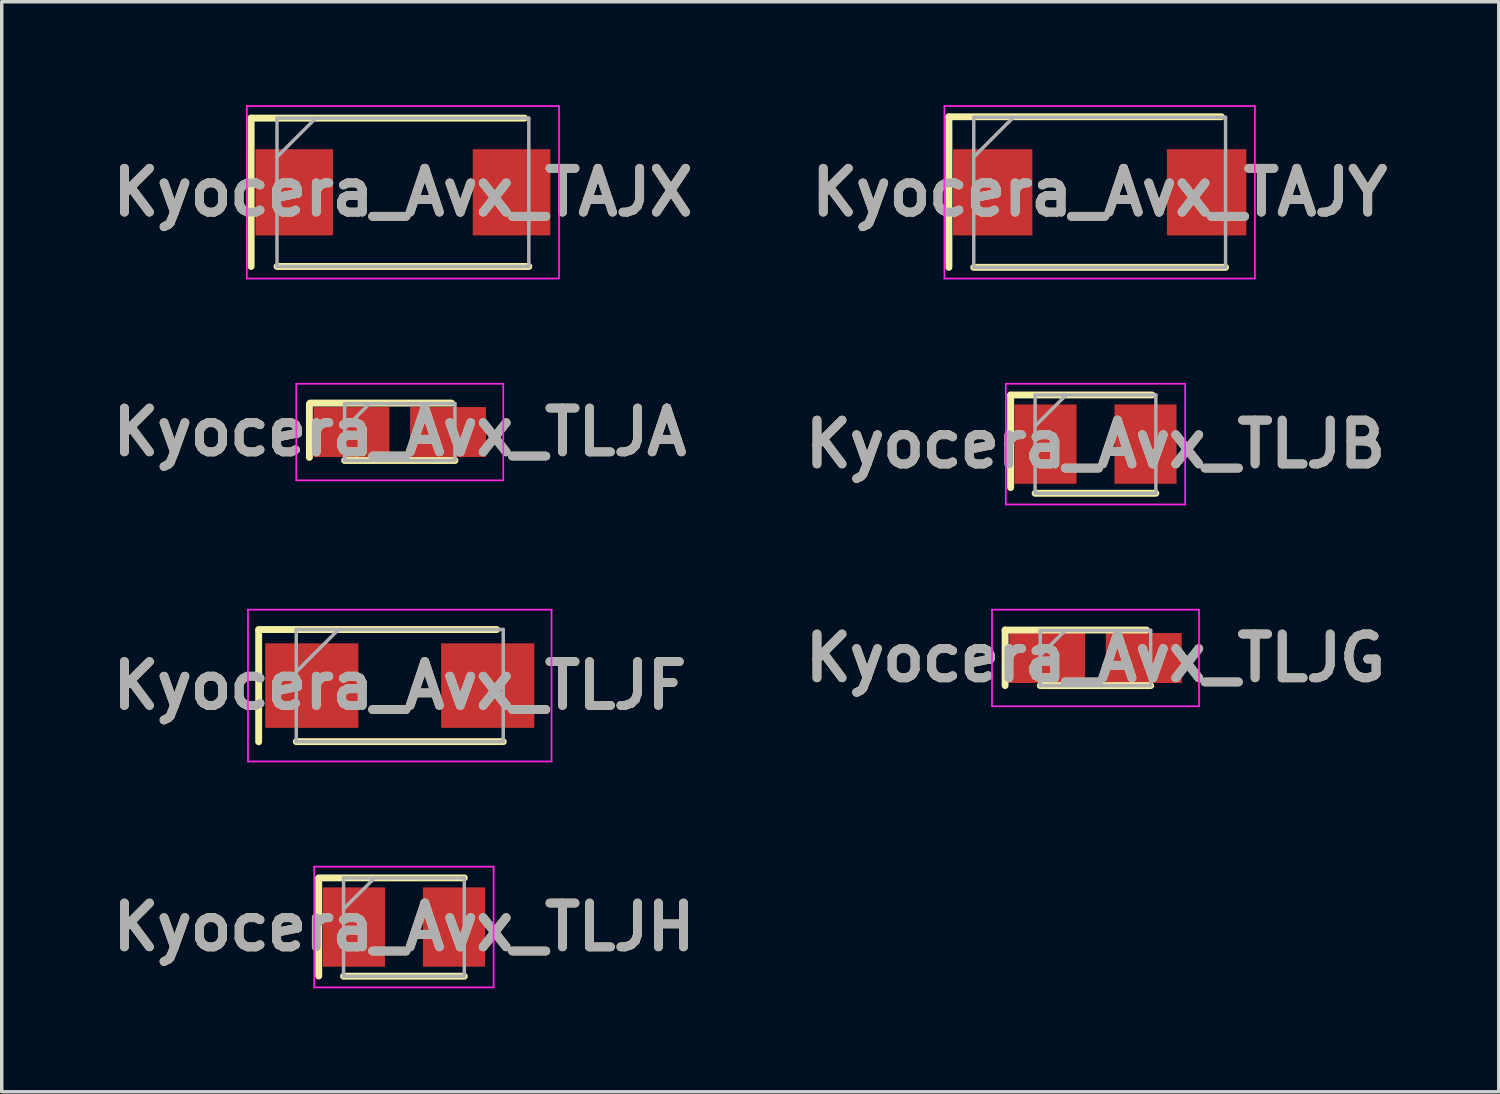
<source format=kicad_pcb>
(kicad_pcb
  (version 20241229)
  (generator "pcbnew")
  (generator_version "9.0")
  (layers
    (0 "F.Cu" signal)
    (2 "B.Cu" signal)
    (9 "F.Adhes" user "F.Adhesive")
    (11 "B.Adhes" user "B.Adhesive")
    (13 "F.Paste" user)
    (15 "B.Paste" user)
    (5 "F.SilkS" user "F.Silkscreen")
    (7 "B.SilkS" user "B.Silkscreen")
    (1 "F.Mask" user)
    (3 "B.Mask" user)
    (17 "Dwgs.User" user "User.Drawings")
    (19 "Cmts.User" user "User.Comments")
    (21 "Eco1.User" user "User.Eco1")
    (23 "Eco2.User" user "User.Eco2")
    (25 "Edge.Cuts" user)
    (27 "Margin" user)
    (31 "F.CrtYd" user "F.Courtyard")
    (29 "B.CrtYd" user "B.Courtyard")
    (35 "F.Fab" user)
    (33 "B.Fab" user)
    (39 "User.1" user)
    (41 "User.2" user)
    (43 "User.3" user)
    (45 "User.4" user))
  (footprint "Kyocera_Avx_TLJA"
    (layer "F.Cu")
    (at 8.539 9.475)
    (property "Reference" "Kyocera_Avx_TLJA" (at 0 0 0) (layer "F.SilkS") (effects (font (size 1.27 1.27) (thickness 0.254))))
    (attr smd)
    (fp_line (start -2.62 -0.815) (end -2.62 0.735) (stroke (width 0.2) (type solid)) (layer "F.SilkS"))
    (fp_line (start -1.6 0.825) (end 1.6 0.825) (stroke (width 0.2) (type solid)) (layer "F.SilkS"))
    (fp_line (start 1.5 -0.84) (end -2.6 -0.84) (stroke (width 0.2) (type solid)) (layer "F.SilkS"))
    (fp_line (start -3 -1.4) (end 3 -1.4) (stroke (width 0.05) (type solid)) (layer "F.CrtYd"))
    (fp_line (start -3 1.4) (end -3 -1.4) (stroke (width 0.05) (type solid)) (layer "F.CrtYd"))
    (fp_line (start 3 -1.4) (end 3 1.4) (stroke (width 0.05) (type solid)) (layer "F.CrtYd"))
    (fp_line (start 3 1.4) (end -3 1.4) (stroke (width 0.05) (type solid)) (layer "F.CrtYd"))
    (fp_line (start -1.6 -0.825) (end 1.6 -0.825) (stroke (width 0.1) (type solid)) (layer "F.Fab"))
    (fp_line (start -1.6 -0.1) (end -0.875 -0.825) (stroke (width 0.1) (type solid)) (layer "F.Fab"))
    (fp_line (start -1.6 0.825) (end -1.6 -0.825) (stroke (width 0.1) (type solid)) (layer "F.Fab"))
    (fp_line (start 1.6 -0.825) (end 1.6 0.825) (stroke (width 0.1) (type solid)) (layer "F.Fab"))
    (fp_line (start 1.6 0.825) (end -1.6 0.825) (stroke (width 0.1) (type solid)) (layer "F.Fab"))
    (fp_text user "${REFERENCE}" (at 0 0 0) (layer "F.Fab") (effects (font (size 1.27 1.27) (thickness 0.254))))
    (pad "1" smd rect (at -1.4 0 90) (size 1.45 2.2) (layers "F.Cu" "F.Mask" "F.Paste"))
    (pad "2" smd rect (at 1.4 0 90) (size 1.45 2.2) (layers "F.Cu" "F.Mask" "F.Paste")))
  (footprint "Kyocera_Avx_TLJF"
    (layer "F.Cu")
    (at 8.539 16.825)
    (property "Reference" "Kyocera_Avx_TLJF" (at 0 0 0) (layer "F.SilkS") (effects (font (size 1.27 1.27) (thickness 0.254))))
    (attr smd)
    (fp_line (start -4.09 1.63) (end -4.09 -1.6) (stroke (width 0.2) (type solid)) (layer "F.SilkS"))
    (fp_line (start -3 1.625) (end 3 1.625) (stroke (width 0.2) (type solid)) (layer "F.SilkS"))
    (fp_line (start 2.81 -1.625) (end -4.09 -1.625) (stroke (width 0.2) (type solid)) (layer "F.SilkS"))
    (fp_line (start -4.4 -2.2) (end 4.4 -2.2) (stroke (width 0.05) (type solid)) (layer "F.CrtYd"))
    (fp_line (start -4.4 2.2) (end -4.4 -2.2) (stroke (width 0.05) (type solid)) (layer "F.CrtYd"))
    (fp_line (start 4.4 -2.2) (end 4.4 2.2) (stroke (width 0.05) (type solid)) (layer "F.CrtYd"))
    (fp_line (start 4.4 2.2) (end -4.4 2.2) (stroke (width 0.05) (type solid)) (layer "F.CrtYd"))
    (fp_line (start -3 -1.625) (end 3 -1.625) (stroke (width 0.1) (type solid)) (layer "F.Fab"))
    (fp_line (start -3 -0.4) (end -1.775 -1.625) (stroke (width 0.1) (type solid)) (layer "F.Fab"))
    (fp_line (start -3 1.625) (end -3 -1.625) (stroke (width 0.1) (type solid)) (layer "F.Fab"))
    (fp_line (start 3 -1.625) (end 3 1.625) (stroke (width 0.1) (type solid)) (layer "F.Fab"))
    (fp_line (start 3 1.625) (end -3 1.625) (stroke (width 0.1) (type solid)) (layer "F.Fab"))
    (fp_text user "${REFERENCE}" (at 0 0 0) (layer "F.Fab") (effects (font (size 1.27 1.27) (thickness 0.254))))
    (pad "1" smd rect (at -2.55 0 90) (size 2.45 2.7) (layers "F.Cu" "F.Mask" "F.Paste"))
    (pad "2" smd rect (at 2.55 0 90) (size 2.45 2.7) (layers "F.Cu" "F.Mask" "F.Paste")))
  (footprint "Kyocera_Avx_TAJY"
    (layer "F.Cu")
    (at 28.829 2.525)
    (property "Reference" "Kyocera_Avx_TAJY" (at 0 0 0) (layer "F.SilkS") (effects (font (size 1.27 1.27) (thickness 0.254))))
    (attr smd)
    (fp_line (start -4.37 2.175) (end -4.37 -2.19) (stroke (width 0.2) (type solid)) (layer "F.SilkS"))
    (fp_line (start -3.65 2.175) (end 3.65 2.175) (stroke (width 0.2) (type solid)) (layer "F.SilkS"))
    (fp_line (start 3.53 -2.19) (end -4.37 -2.19) (stroke (width 0.2) (type solid)) (layer "F.SilkS"))
    (fp_line (start -4.5 -2.5) (end 4.5 -2.5) (stroke (width 0.05) (type solid)) (layer "F.CrtYd"))
    (fp_line (start -4.5 2.5) (end -4.5 -2.5) (stroke (width 0.05) (type solid)) (layer "F.CrtYd"))
    (fp_line (start 4.5 -2.5) (end 4.5 2.5) (stroke (width 0.05) (type solid)) (layer "F.CrtYd"))
    (fp_line (start 4.5 2.5) (end -4.5 2.5) (stroke (width 0.05) (type solid)) (layer "F.CrtYd"))
    (fp_line (start -3.65 -2.175) (end 3.65 -2.175) (stroke (width 0.1) (type solid)) (layer "F.Fab"))
    (fp_line (start -3.65 -1.025) (end -2.5 -2.175) (stroke (width 0.1) (type solid)) (layer "F.Fab"))
    (fp_line (start -3.65 2.175) (end -3.65 -2.175) (stroke (width 0.1) (type solid)) (layer "F.Fab"))
    (fp_line (start 3.65 -2.175) (end 3.65 2.175) (stroke (width 0.1) (type solid)) (layer "F.Fab"))
    (fp_line (start 3.65 2.175) (end -3.65 2.175) (stroke (width 0.1) (type solid)) (layer "F.Fab"))
    (fp_text user "${REFERENCE}" (at 0 0 0) (layer "F.Fab") (effects (font (size 1.27 1.27) (thickness 0.254))))
    (pad "1" smd rect (at -3.1 0) (size 2.3 2.5) (layers "F.Cu" "F.Mask" "F.Paste"))
    (pad "2" smd rect (at 3.1 0) (size 2.3 2.5) (layers "F.Cu" "F.Mask" "F.Paste")))
  (footprint "Kyocera_Avx_TLJB"
    (layer "F.Cu")
    (at 28.708 9.825)
    (property "Reference" "Kyocera_Avx_TLJB" (at 0 0 0) (layer "F.SilkS") (effects (font (size 1.27 1.27) (thickness 0.254))))
    (attr smd)
    (fp_line (start -2.46 1.26) (end -2.46 -1.42) (stroke (width 0.2) (type solid)) (layer "F.SilkS"))
    (fp_line (start -1.75 1.425) (end 1.75 1.425) (stroke (width 0.2) (type solid)) (layer "F.SilkS"))
    (fp_line (start 1.64 -1.425) (end -2.46 -1.425) (stroke (width 0.2) (type solid)) (layer "F.SilkS"))
    (fp_line (start -2.6 -1.75) (end 2.6 -1.75) (stroke (width 0.05) (type solid)) (layer "F.CrtYd"))
    (fp_line (start -2.6 1.75) (end -2.6 -1.75) (stroke (width 0.05) (type solid)) (layer "F.CrtYd"))
    (fp_line (start 2.6 -1.75) (end 2.6 1.75) (stroke (width 0.05) (type solid)) (layer "F.CrtYd"))
    (fp_line (start 2.6 1.75) (end -2.6 1.75) (stroke (width 0.05) (type solid)) (layer "F.CrtYd"))
    (fp_line (start -1.75 -1.425) (end 1.75 -1.425) (stroke (width 0.1) (type solid)) (layer "F.Fab"))
    (fp_line (start -1.75 -0.525) (end -0.85 -1.425) (stroke (width 0.1) (type solid)) (layer "F.Fab"))
    (fp_line (start -1.75 1.425) (end -1.75 -1.425) (stroke (width 0.1) (type solid)) (layer "F.Fab"))
    (fp_line (start 1.75 -1.425) (end 1.75 1.425) (stroke (width 0.1) (type solid)) (layer "F.Fab"))
    (fp_line (start 1.75 1.425) (end -1.75 1.425) (stroke (width 0.1) (type solid)) (layer "F.Fab"))
    (fp_text user "${REFERENCE}" (at 0 0 0) (layer "F.Fab") (effects (font (size 1.27 1.27) (thickness 0.254))))
    (pad "1" smd rect (at -1.45 0) (size 1.8 2.3) (layers "F.Cu" "F.Mask" "F.Paste"))
    (pad "2" smd rect (at 1.45 0) (size 1.8 2.3) (layers "F.Cu" "F.Mask" "F.Paste")))
  (footprint "Kyocera_Avx_TLJH"
    (layer "F.Cu")
    (at 8.66 23.825)
    (property "Reference" "Kyocera_Avx_TLJH" (at 0 0 0) (layer "F.SilkS") (effects (font (size 1.27 1.27) (thickness 0.254))))
    (attr smd)
    (fp_line (start -2.47 -1.4) (end -2.47 1.42) (stroke (width 0.2) (type solid)) (layer "F.SilkS"))
    (fp_line (start -1.75 1.425) (end 1.75 1.425) (stroke (width 0.2) (type solid)) (layer "F.SilkS"))
    (fp_line (start 1.75 -1.425) (end -2.47 -1.425) (stroke (width 0.2) (type solid)) (layer "F.SilkS"))
    (fp_line (start -2.6 -1.75) (end 2.6 -1.75) (stroke (width 0.05) (type solid)) (layer "F.CrtYd"))
    (fp_line (start -2.6 1.75) (end -2.6 -1.75) (stroke (width 0.05) (type solid)) (layer "F.CrtYd"))
    (fp_line (start 2.6 -1.75) (end 2.6 1.75) (stroke (width 0.05) (type solid)) (layer "F.CrtYd"))
    (fp_line (start 2.6 1.75) (end -2.6 1.75) (stroke (width 0.05) (type solid)) (layer "F.CrtYd"))
    (fp_line (start -1.75 -1.425) (end 1.75 -1.425) (stroke (width 0.1) (type solid)) (layer "F.Fab"))
    (fp_line (start -1.75 -0.525) (end -0.85 -1.425) (stroke (width 0.1) (type solid)) (layer "F.Fab"))
    (fp_line (start -1.75 1.425) (end -1.75 -1.425) (stroke (width 0.1) (type solid)) (layer "F.Fab"))
    (fp_line (start 1.75 -1.425) (end 1.75 1.425) (stroke (width 0.1) (type solid)) (layer "F.Fab"))
    (fp_line (start 1.75 1.425) (end -1.75 1.425) (stroke (width 0.1) (type solid)) (layer "F.Fab"))
    (fp_text user "${REFERENCE}" (at 0 0 0) (layer "F.Fab") (effects (font (size 1.27 1.27) (thickness 0.254))))
    (pad "1" smd rect (at -1.45 0) (size 1.8 2.3) (layers "F.Cu" "F.Mask" "F.Paste"))
    (pad "2" smd rect (at 1.45 0) (size 1.8 2.3) (layers "F.Cu" "F.Mask" "F.Paste")))
  (footprint "Kyocera_Avx_TAJX"
    (layer "F.Cu")
    (at 8.63 2.525)
    (property "Reference" "Kyocera_Avx_TAJX" (at 0 0 0) (layer "F.SilkS") (effects (font (size 1.27 1.27) (thickness 0.254))))
    (attr smd)
    (fp_line (start -4.4 2.15) (end -4.4 -2.15) (stroke (width 0.2) (type solid)) (layer "F.SilkS"))
    (fp_line (start -3.65 2.15) (end 3.65 2.15) (stroke (width 0.2) (type solid)) (layer "F.SilkS"))
    (fp_line (start 3.525 -2.15) (end -4.4 -2.15) (stroke (width 0.2) (type solid)) (layer "F.SilkS"))
    (fp_line (start -4.525 -2.5) (end 4.525 -2.5) (stroke (width 0.05) (type solid)) (layer "F.CrtYd"))
    (fp_line (start -4.525 2.5) (end -4.525 -2.5) (stroke (width 0.05) (type solid)) (layer "F.CrtYd"))
    (fp_line (start 4.525 -2.5) (end 4.525 2.5) (stroke (width 0.05) (type solid)) (layer "F.CrtYd"))
    (fp_line (start 4.525 2.5) (end -4.525 2.5) (stroke (width 0.05) (type solid)) (layer "F.CrtYd"))
    (fp_line (start -3.65 -2.15) (end 3.65 -2.15) (stroke (width 0.1) (type solid)) (layer "F.Fab"))
    (fp_line (start -3.65 -1.025) (end -2.525 -2.15) (stroke (width 0.1) (type solid)) (layer "F.Fab"))
    (fp_line (start -3.65 2.15) (end -3.65 -2.15) (stroke (width 0.1) (type solid)) (layer "F.Fab"))
    (fp_line (start 3.65 -2.15) (end 3.65 2.15) (stroke (width 0.1) (type solid)) (layer "F.Fab"))
    (fp_line (start 3.65 2.15) (end -3.65 2.15) (stroke (width 0.1) (type solid)) (layer "F.Fab"))
    (fp_text user "${REFERENCE}" (at 0 0 0) (layer "F.Fab") (effects (font (size 1.27 1.27) (thickness 0.254))))
    (pad "1" smd rect (at -3.15 0) (size 2.25 2.5) (layers "F.Cu" "F.Mask" "F.Paste"))
    (pad "2" smd rect (at 3.15 0) (size 2.25 2.5) (layers "F.Cu" "F.Mask" "F.Paste")))
  (footprint "Kyocera_Avx_TLJG"
    (layer "F.Cu")
    (at 28.708 16.025)
    (property "Reference" "Kyocera_Avx_TLJG" (at 0 0 0) (layer "F.SilkS") (effects (font (size 1.27 1.27) (thickness 0.254))))
    (attr smd)
    (fp_line (start -2.62 -0.81) (end -2.62 0.8) (stroke (width 0.2) (type solid)) (layer "F.SilkS"))
    (fp_line (start -1.6 0.8) (end 1.6 0.8) (stroke (width 0.2) (type solid)) (layer "F.SilkS"))
    (fp_line (start 1.48 -0.81) (end -2.62 -0.81) (stroke (width 0.2) (type solid)) (layer "F.SilkS"))
    (fp_line (start -3 -1.4) (end 3 -1.4) (stroke (width 0.05) (type solid)) (layer "F.CrtYd"))
    (fp_line (start -3 1.4) (end -3 -1.4) (stroke (width 0.05) (type solid)) (layer "F.CrtYd"))
    (fp_line (start 3 -1.4) (end 3 1.4) (stroke (width 0.05) (type solid)) (layer "F.CrtYd"))
    (fp_line (start 3 1.4) (end -3 1.4) (stroke (width 0.05) (type solid)) (layer "F.CrtYd"))
    (fp_line (start -1.6 -0.8) (end 1.6 -0.8) (stroke (width 0.1) (type solid)) (layer "F.Fab"))
    (fp_line (start -1.6 -0.075) (end -0.875 -0.8) (stroke (width 0.1) (type solid)) (layer "F.Fab"))
    (fp_line (start -1.6 0.8) (end -1.6 -0.8) (stroke (width 0.1) (type solid)) (layer "F.Fab"))
    (fp_line (start 1.6 -0.8) (end 1.6 0.8) (stroke (width 0.1) (type solid)) (layer "F.Fab"))
    (fp_line (start 1.6 0.8) (end -1.6 0.8) (stroke (width 0.1) (type solid)) (layer "F.Fab"))
    (fp_text user "${REFERENCE}" (at 0 0 0) (layer "F.Fab") (effects (font (size 1.27 1.27) (thickness 0.254))))
    (pad "1" smd rect (at -1.4 0 90) (size 1.45 2.2) (layers "F.Cu" "F.Mask" "F.Paste"))
    (pad "2" smd rect (at 1.4 0 90) (size 1.45 2.2) (layers "F.Cu" "F.Mask" "F.Paste")))
  (gr_rect
    (start -3 -3)
    (end 40.399 28.6)
    (stroke (width 0.1) (type default))
    (fill no)
    (layer "Edge.Cuts")))
</source>
